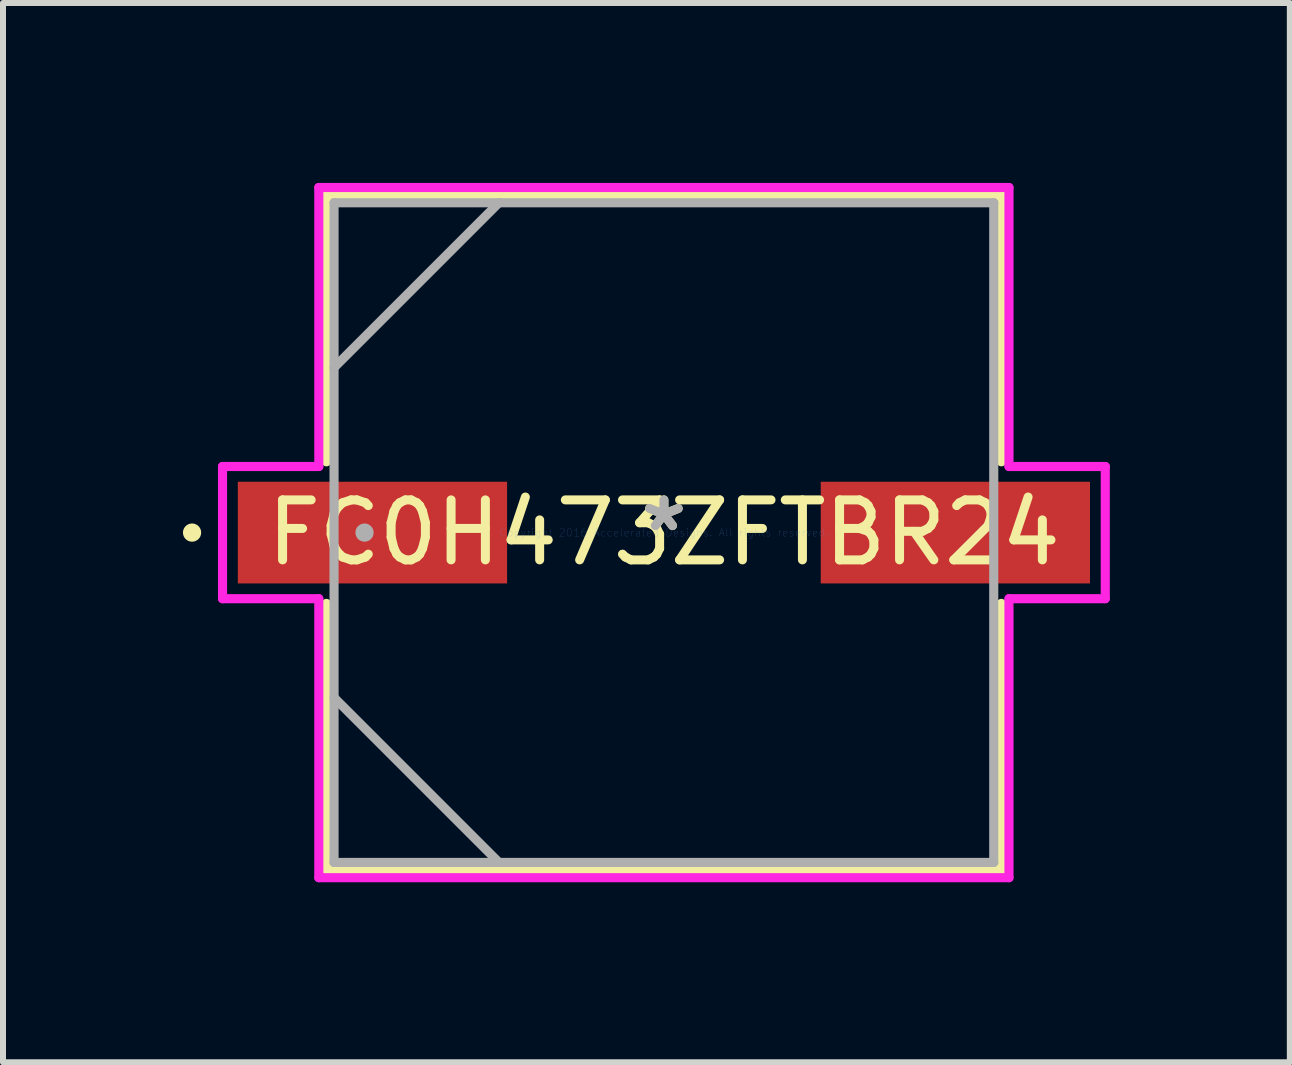
<source format=kicad_pcb>
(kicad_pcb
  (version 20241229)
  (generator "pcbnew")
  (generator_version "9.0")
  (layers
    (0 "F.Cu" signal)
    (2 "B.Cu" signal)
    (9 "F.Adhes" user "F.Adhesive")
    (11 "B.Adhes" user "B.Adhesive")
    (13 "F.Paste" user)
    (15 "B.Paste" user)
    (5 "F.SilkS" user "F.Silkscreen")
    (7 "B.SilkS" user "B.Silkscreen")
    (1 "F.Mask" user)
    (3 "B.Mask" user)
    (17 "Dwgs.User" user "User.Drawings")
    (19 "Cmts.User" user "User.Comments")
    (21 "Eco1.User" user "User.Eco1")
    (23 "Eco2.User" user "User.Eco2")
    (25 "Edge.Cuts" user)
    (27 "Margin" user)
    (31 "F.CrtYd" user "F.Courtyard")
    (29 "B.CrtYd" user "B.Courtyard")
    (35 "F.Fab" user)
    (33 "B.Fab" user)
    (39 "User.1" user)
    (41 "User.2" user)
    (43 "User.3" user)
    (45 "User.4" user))
  (footprint "FC0H473ZFTBR24"
    (layer "F.Cu")
    (at 8.018 5.829)
    (property "Reference" "FC0H473ZFTBR24" (at 0 0 0) (layer "F.SilkS") (effects (font (size 1 1) (thickness 0.15))))
    (attr through_hole)
    (fp_line (start -5.626 -5.626) (end -5.626 -1.18) (stroke (width 0.152) (type solid)) (layer "F.SilkS"))
    (fp_line (start -5.626 1.18) (end -5.626 5.626) (stroke (width 0.152) (type solid)) (layer "F.SilkS"))
    (fp_line (start -5.626 5.626) (end 5.626 5.626) (stroke (width 0.152) (type solid)) (layer "F.SilkS"))
    (fp_line (start 5.626 -5.626) (end -5.626 -5.626) (stroke (width 0.152) (type solid)) (layer "F.SilkS"))
    (fp_line (start 5.626 -1.18) (end 5.626 -5.626) (stroke (width 0.152) (type solid)) (layer "F.SilkS"))
    (fp_line (start 5.626 5.626) (end 5.626 1.18) (stroke (width 0.152) (type solid)) (layer "F.SilkS"))
    (fp_circle (center -7.866 0) (end -7.79 0) (stroke (width 0.152) (type solid)) (fill no) (layer "F.SilkS"))
    (fp_line (start -7.358 -1.102) (end -5.753 -1.102) (stroke (width 0.152) (type solid)) (layer "F.CrtYd"))
    (fp_line (start -7.358 1.102) (end -7.358 -1.102) (stroke (width 0.152) (type solid)) (layer "F.CrtYd"))
    (fp_line (start -5.753 -5.753) (end 5.753 -5.753) (stroke (width 0.152) (type solid)) (layer "F.CrtYd"))
    (fp_line (start -5.753 -1.102) (end -5.753 -5.753) (stroke (width 0.152) (type solid)) (layer "F.CrtYd"))
    (fp_line (start -5.753 1.102) (end -7.358 1.102) (stroke (width 0.152) (type solid)) (layer "F.CrtYd"))
    (fp_line (start -5.753 5.753) (end -5.753 1.102) (stroke (width 0.152) (type solid)) (layer "F.CrtYd"))
    (fp_line (start 5.753 -5.753) (end 5.753 -1.102) (stroke (width 0.152) (type solid)) (layer "F.CrtYd"))
    (fp_line (start 5.753 -1.102) (end 7.358 -1.102) (stroke (width 0.152) (type solid)) (layer "F.CrtYd"))
    (fp_line (start 5.753 1.102) (end 5.753 5.753) (stroke (width 0.152) (type solid)) (layer "F.CrtYd"))
    (fp_line (start 5.753 5.753) (end -5.753 5.753) (stroke (width 0.152) (type solid)) (layer "F.CrtYd"))
    (fp_line (start 7.358 -1.102) (end 7.358 1.102) (stroke (width 0.152) (type solid)) (layer "F.CrtYd"))
    (fp_line (start 7.358 1.102) (end 5.753 1.102) (stroke (width 0.152) (type solid)) (layer "F.CrtYd"))
    (fp_line (start -5.499 -5.499) (end -5.499 5.499) (stroke (width 0.152) (type solid)) (layer "F.Fab"))
    (fp_line (start -5.499 -2.75) (end -2.75 -5.499) (stroke (width 0.152) (type solid)) (layer "F.Fab"))
    (fp_line (start -5.499 2.75) (end -2.75 5.499) (stroke (width 0.152) (type solid)) (layer "F.Fab"))
    (fp_line (start -5.499 5.499) (end 5.499 5.499) (stroke (width 0.152) (type solid)) (layer "F.Fab"))
    (fp_line (start 5.499 -5.499) (end -5.499 -5.499) (stroke (width 0.152) (type solid)) (layer "F.Fab"))
    (fp_line (start 5.499 5.499) (end 5.499 -5.499) (stroke (width 0.152) (type solid)) (layer "F.Fab"))
    (fp_circle (center -4.991 0) (end -4.915 0) (stroke (width 0.152) (type solid)) (fill no) (layer "F.Fab"))
    (fp_text user "*" (at 0 0 0) (layer "F.SilkS") (effects (font (size 1 1) (thickness 0.15))))
    (fp_text user "Copyright 2016 Accelerated Designs. All rights reserved." (at 0 0 0) (layer "Cmts.User") (effects (font (size 0.127 0.127) (thickness 0.002))))
    (fp_text user "*" (at 0 0 0) (layer "F.Fab") (effects (font (size 1 1) (thickness 0.15))))
    (pad "1" smd rect (at -4.859 0) (size 4.489 1.695) (layers "F.Cu" "F.Mask" "F.Paste"))
    (pad "2" smd rect (at 4.859 0) (size 4.489 1.695) (layers "F.Cu" "F.Mask" "F.Paste")))
  (gr_rect
    (start -3 -3)
    (end 18.453 14.659)
    (stroke (width 0.1) (type default))
    (fill no)
    (layer "Edge.Cuts")))
</source>
